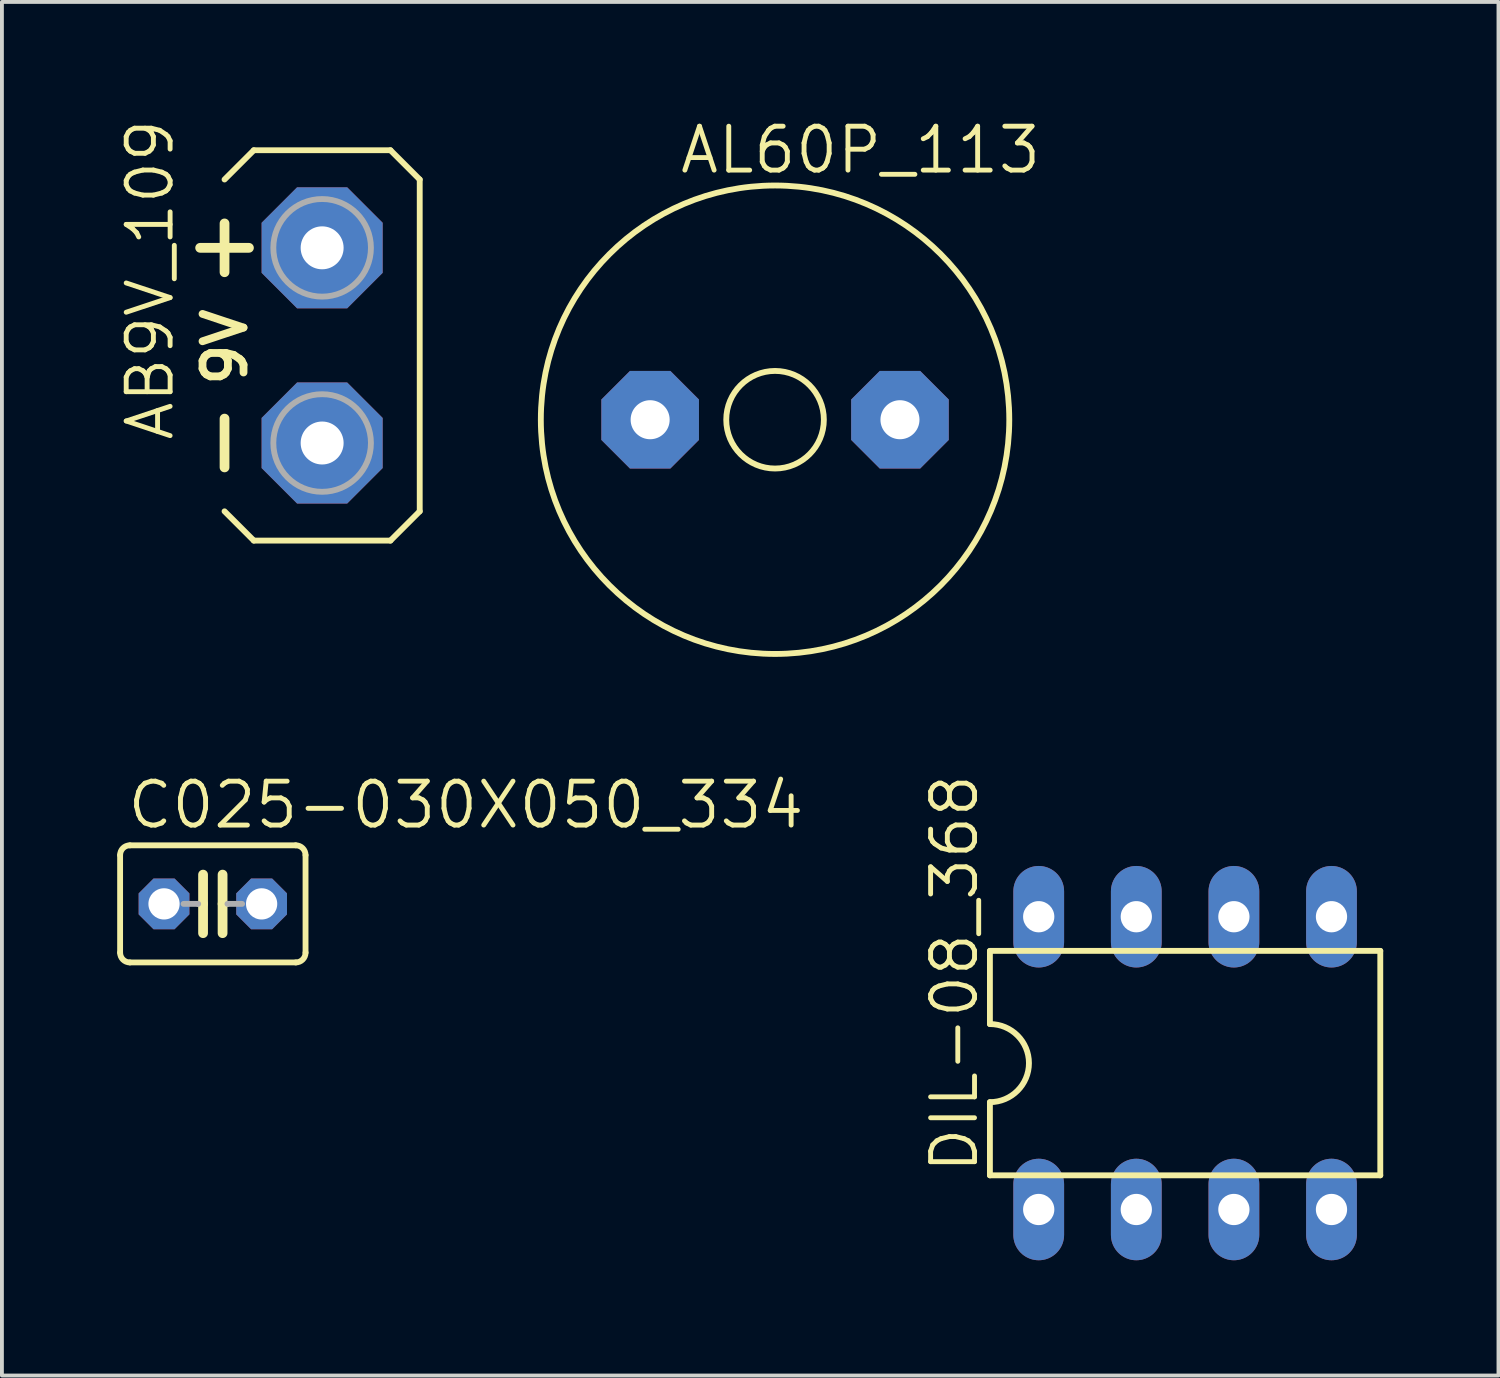
<source format=kicad_pcb>
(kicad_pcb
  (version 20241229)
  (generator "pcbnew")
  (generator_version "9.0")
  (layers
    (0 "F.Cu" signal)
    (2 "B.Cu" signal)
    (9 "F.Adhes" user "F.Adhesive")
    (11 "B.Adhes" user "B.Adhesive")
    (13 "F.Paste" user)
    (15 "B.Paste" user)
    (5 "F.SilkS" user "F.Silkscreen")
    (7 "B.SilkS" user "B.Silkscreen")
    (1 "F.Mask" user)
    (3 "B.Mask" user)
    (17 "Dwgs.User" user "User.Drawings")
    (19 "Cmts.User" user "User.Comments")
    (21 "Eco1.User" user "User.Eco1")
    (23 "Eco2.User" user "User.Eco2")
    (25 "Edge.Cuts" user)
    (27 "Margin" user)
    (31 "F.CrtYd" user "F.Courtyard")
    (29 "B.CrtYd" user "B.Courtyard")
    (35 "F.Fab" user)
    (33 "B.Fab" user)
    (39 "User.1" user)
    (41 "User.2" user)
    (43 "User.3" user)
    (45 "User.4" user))
  (footprint "C025-030X050_334"
    (layer "F.Cu")
    (at 2.489 20.475)
    (property "Reference" "C025-030X050_334" (at -2.286 -1.905 0) (unlocked yes) (layer "F.SilkS") (effects (font (size 1.143 1.143) (thickness 0.127)) (justify left bottom)))
    (fp_line (start -2.413 -1.27) (end -2.413 1.27) (stroke (width 0.152) (type solid)) (layer "F.SilkS"))
    (fp_line (start -2.159 -1.524) (end 2.159 -1.524) (stroke (width 0.152) (type solid)) (layer "F.SilkS"))
    (fp_line (start -0.254 -0.762) (end -0.254 0) (stroke (width 0.254) (type solid)) (layer "F.SilkS"))
    (fp_line (start -0.254 0) (end -0.381 0) (stroke (width 0.152) (type solid)) (layer "F.SilkS"))
    (fp_line (start -0.254 0) (end -0.254 0.762) (stroke (width 0.254) (type solid)) (layer "F.SilkS"))
    (fp_line (start 0.254 0) (end 0.254 -0.762) (stroke (width 0.254) (type solid)) (layer "F.SilkS"))
    (fp_line (start 0.254 0) (end 0.254 0.762) (stroke (width 0.254) (type solid)) (layer "F.SilkS"))
    (fp_line (start 0.381 0) (end 0.254 0) (stroke (width 0.152) (type solid)) (layer "F.SilkS"))
    (fp_line (start 2.159 1.524) (end -2.159 1.524) (stroke (width 0.152) (type solid)) (layer "F.SilkS"))
    (fp_line (start 2.413 -1.27) (end 2.413 1.27) (stroke (width 0.152) (type solid)) (layer "F.SilkS"))
    (fp_arc (start -2.413 -1.27) (mid -2.338605 -1.449605) (end -2.159 -1.524) (stroke (width 0.1524) (type solid)) (layer "F.SilkS"))
    (fp_arc (start -2.159 1.524) (mid -2.338605 1.449605) (end -2.413 1.27) (stroke (width 0.1524) (type solid)) (layer "F.SilkS"))
    (fp_arc (start 2.159 -1.524) (mid 2.338605 -1.449605) (end 2.413 -1.27) (stroke (width 0.1524) (type solid)) (layer "F.SilkS"))
    (fp_arc (start 2.413 1.27) (mid 2.338605 1.449605) (end 2.159 1.524) (stroke (width 0.1524) (type solid)) (layer "F.SilkS"))
    (fp_line (start -0.381 0) (end -0.762 0) (stroke (width 0.152) (type solid)) (layer "F.Fab"))
    (fp_line (start 0.762 0) (end 0.381 0) (stroke (width 0.152) (type solid)) (layer "F.Fab"))
    (pad "1" thru_hole roundrect (at -1.27 0) (size 1.321 1.321) (drill 0.813) (layers "*.Cu" "*.Mask") (roundrect_rratio 0.25) (chamfer_ratio 0.293) (chamfer top_left top_right bottom_left bottom_right))
    (pad "2" thru_hole roundrect (at 1.27 0) (size 1.321 1.321) (drill 0.813) (layers "*.Cu" "*.Mask") (roundrect_rratio 0.25) (chamfer_ratio 0.293) (chamfer top_left top_right bottom_left bottom_right)))
  (footprint "DIL-08_368"
    (layer "F.Cu")
    (at 27.794 24.619)
    (property "Reference" "DIL-08_368" (at -5.334 2.921 90) (unlocked yes) (layer "F.SilkS") (effects (font (size 1.143 1.143) (thickness 0.127)) (justify left bottom)))
    (fp_line (start -5.08 -2.921) (end -5.08 -1.016) (stroke (width 0.152) (type solid)) (layer "F.SilkS"))
    (fp_line (start -5.08 2.921) (end -5.08 1.016) (stroke (width 0.152) (type solid)) (layer "F.SilkS"))
    (fp_line (start -5.08 2.921) (end 5.08 2.921) (stroke (width 0.152) (type solid)) (layer "F.SilkS"))
    (fp_line (start 5.08 -2.921) (end -5.08 -2.921) (stroke (width 0.152) (type solid)) (layer "F.SilkS"))
    (fp_line (start 5.08 -2.921) (end 5.08 2.921) (stroke (width 0.152) (type solid)) (layer "F.SilkS"))
    (fp_arc (start -5.08 -1.016) (mid -4.064 0) (end -5.08 1.016) (stroke (width 0.1524) (type solid)) (layer "F.SilkS"))
    (pad "1" thru_hole oval (at -3.81 3.81 90) (size 2.642 1.321) (drill 0.813) (layers "*.Cu" "*.Mask"))
    (pad "2" thru_hole oval (at -1.27 3.81 90) (size 2.642 1.321) (drill 0.813) (layers "*.Cu" "*.Mask"))
    (pad "3" thru_hole oval (at 1.27 3.81 90) (size 2.642 1.321) (drill 0.813) (layers "*.Cu" "*.Mask"))
    (pad "4" thru_hole oval (at 3.81 3.81 90) (size 2.642 1.321) (drill 0.813) (layers "*.Cu" "*.Mask"))
    (pad "5" thru_hole oval (at 3.81 -3.81 90) (size 2.642 1.321) (drill 0.813) (layers "*.Cu" "*.Mask"))
    (pad "6" thru_hole oval (at 1.27 -3.81 90) (size 2.642 1.321) (drill 0.813) (layers "*.Cu" "*.Mask"))
    (pad "7" thru_hole oval (at -1.27 -3.81 90) (size 2.642 1.321) (drill 0.813) (layers "*.Cu" "*.Mask"))
    (pad "8" thru_hole oval (at -3.81 -3.81 90) (size 2.642 1.321) (drill 0.813) (layers "*.Cu" "*.Mask")))
  (footprint "AL60P_113"
    (layer "F.Cu")
    (at 17.122 7.874)
    (property "Reference" "AL60P_113" (at -2.54 -6.35 0) (unlocked yes) (layer "F.SilkS") (effects (font (size 1.143 1.143) (thickness 0.127)) (justify left bottom)))
    (fp_circle (center 0 0) (end 1.27 0) (stroke (width 0.152) (type solid)) (fill no) (layer "F.SilkS"))
    (fp_circle (center 0 0) (end 6.096 0) (stroke (width 0.152) (type solid)) (fill no) (layer "F.SilkS"))
    (pad "1" thru_hole roundrect (at -3.251 0) (size 2.54 2.54) (drill 1.016) (layers "*.Cu" "*.Mask") (roundrect_rratio 0.25) (chamfer_ratio 0.293) (chamfer top_left top_right bottom_left bottom_right))
    (pad "2" thru_hole roundrect (at 3.251 0) (size 2.54 2.54) (drill 1.016) (layers "*.Cu" "*.Mask") (roundrect_rratio 0.25) (chamfer_ratio 0.293) (chamfer top_left top_right bottom_left bottom_right)))
  (footprint "AB9V_109"
    (layer "F.Cu")
    (at 5.334 5.94)
    (property "Reference" "AB9V_109" (at -3.81 2.54 90) (unlocked yes) (layer "F.SilkS") (effects (font (size 1.143 1.143) (thickness 0.127)) (justify left bottom)))
    (fp_line (start -2.54 -4.318) (end -1.778 -5.08) (stroke (width 0.152) (type solid)) (layer "F.SilkS"))
    (fp_line (start -2.54 -1.905) (end -2.54 -3.175) (stroke (width 0.254) (type solid)) (layer "F.SilkS"))
    (fp_line (start -2.54 3.175) (end -2.54 1.905) (stroke (width 0.254) (type solid)) (layer "F.SilkS"))
    (fp_line (start -2.54 4.318) (end -1.778 5.08) (stroke (width 0.152) (type solid)) (layer "F.SilkS"))
    (fp_line (start -1.905 -2.54) (end -3.175 -2.54) (stroke (width 0.254) (type solid)) (layer "F.SilkS"))
    (fp_line (start -1.778 -5.08) (end 1.778 -5.08) (stroke (width 0.152) (type solid)) (layer "F.SilkS"))
    (fp_line (start 1.778 5.08) (end -1.778 5.08) (stroke (width 0.152) (type solid)) (layer "F.SilkS"))
    (fp_line (start 1.778 5.08) (end 2.54 4.318) (stroke (width 0.152) (type solid)) (layer "F.SilkS"))
    (fp_line (start 2.54 -4.318) (end 1.778 -5.08) (stroke (width 0.152) (type solid)) (layer "F.SilkS"))
    (fp_line (start 2.54 -4.318) (end 2.54 4.318) (stroke (width 0.152) (type solid)) (layer "F.SilkS"))
    (fp_circle (center 0 -2.54) (end 1.27 -2.54) (stroke (width 0.152) (type solid)) (fill no) (layer "F.Fab"))
    (fp_circle (center 0 2.54) (end 1.27 2.54) (stroke (width 0.152) (type solid)) (fill no) (layer "F.Fab"))
    (fp_text user "9V" (at -1.905 1.143 90) (unlocked yes) (layer "F.SilkS") (effects (font (size 1.067 1.067) (thickness 0.203)) (justify left bottom)))
    (pad "+" thru_hole roundrect (at 0 -2.54) (size 3.15 3.15) (drill 1.118) (layers "*.Cu" "*.Mask") (roundrect_rratio 0.25) (chamfer_ratio 0.293) (chamfer top_left top_right bottom_left bottom_right))
    (pad "-" thru_hole roundrect (at 0 2.54) (size 3.15 3.15) (drill 1.118) (layers "*.Cu" "*.Mask") (roundrect_rratio 0.25) (chamfer_ratio 0.293) (chamfer top_left top_right bottom_left bottom_right)))
  (gr_rect
    (start -3 -3)
    (end 35.95 32.75)
    (stroke (width 0.1) (type default))
    (fill no)
    (layer "Edge.Cuts")))
</source>
